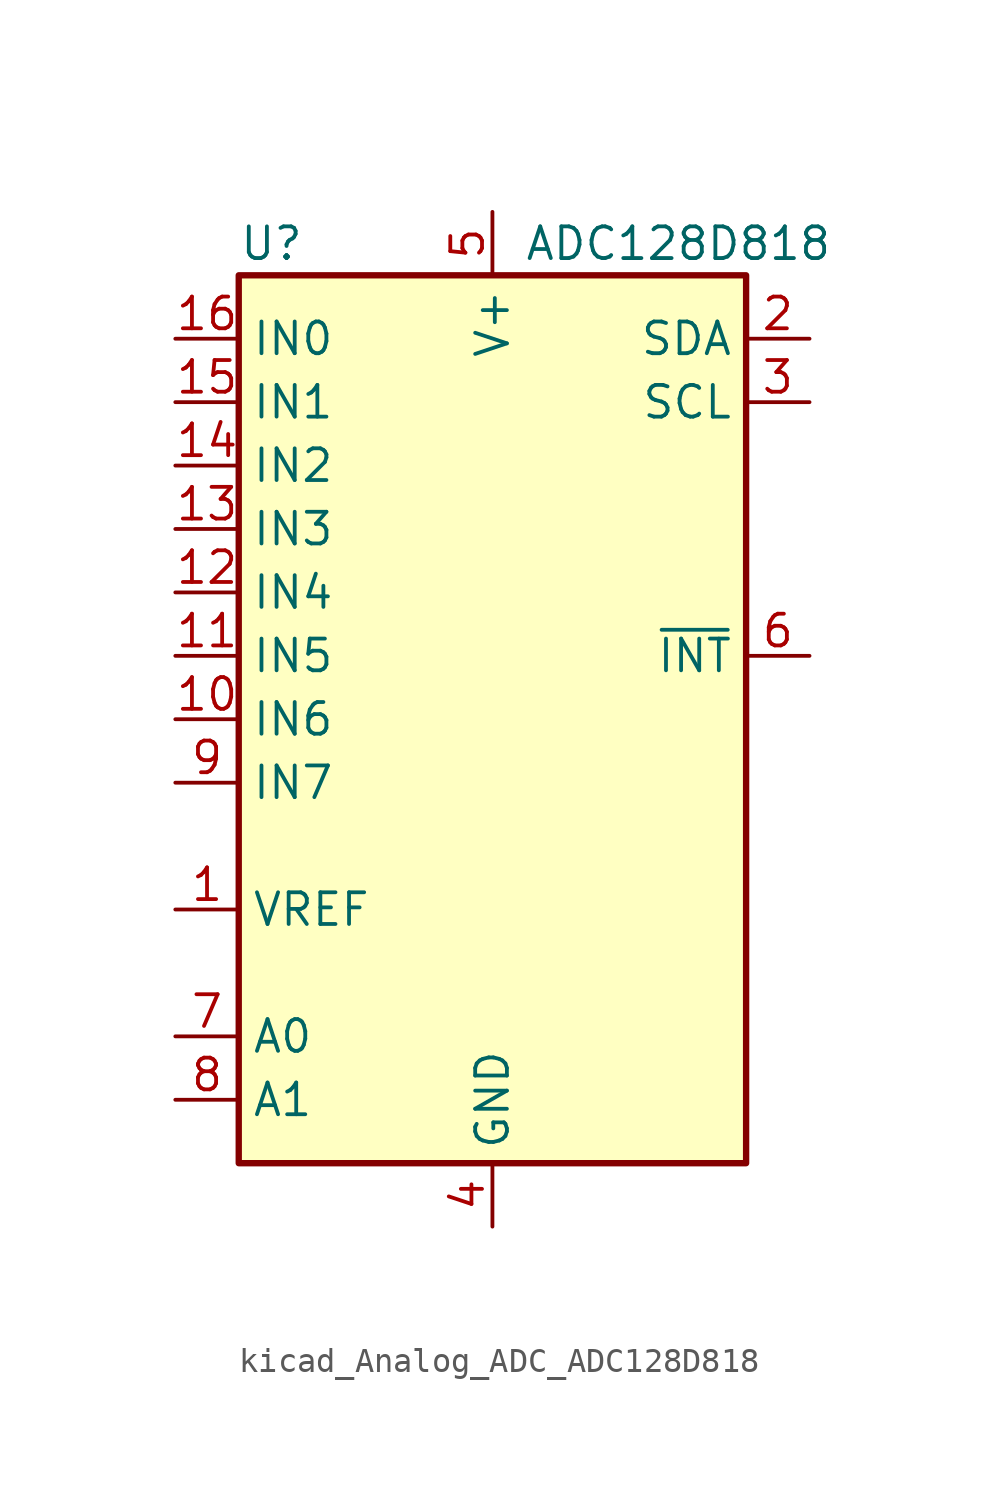
<source format=kicad_sym>
(kicad_symbol_lib
  (version 20220914)
  (generator kicad_symbol_editor)
  (symbol "kicad_Analog_ADC_ADC128D818"
    (property "Reference" "U"
      (at -10.16 19.05 0)
      (effects (font (size 1.27 1.27)) (justify left)))
    (property "Value" "ADC128D818"
      (at 1.27 19.05 0)
      (effects (font (size 1.27 1.27)) (justify left)))
    (symbol "kicad_Analog_ADC_ADC128D818_0_1"
      (rectangle (start -10.16 17.78) (end 10.16 -17.78) (stroke (width 0.254) (type default)) (fill (type background))))
    (symbol "kicad_Analog_ADC_ADC128D818_1_1"
      (pin input line (at -12.7 -7.62 0) (length 2.54) (name "VREF" (effects (font (size 1.27 1.27)))) (number "1" (effects (font (size 1.27 1.27)))))
      (pin input line (at -12.7 0 0) (length 2.54) (name "IN6" (effects (font (size 1.27 1.27)))) (number "10" (effects (font (size 1.27 1.27)))))
      (pin input line (at -12.7 2.54 0) (length 2.54) (name "IN5" (effects (font (size 1.27 1.27)))) (number "11" (effects (font (size 1.27 1.27)))))
      (pin input line (at -12.7 5.08 0) (length 2.54) (name "IN4" (effects (font (size 1.27 1.27)))) (number "12" (effects (font (size 1.27 1.27)))))
      (pin input line (at -12.7 7.62 0) (length 2.54) (name "IN3" (effects (font (size 1.27 1.27)))) (number "13" (effects (font (size 1.27 1.27)))))
      (pin input line (at -12.7 10.16 0) (length 2.54) (name "IN2" (effects (font (size 1.27 1.27)))) (number "14" (effects (font (size 1.27 1.27)))))
      (pin input line (at -12.7 12.7 0) (length 2.54) (name "IN1" (effects (font (size 1.27 1.27)))) (number "15" (effects (font (size 1.27 1.27)))))
      (pin input line (at -12.7 15.24 0) (length 2.54) (name "IN0" (effects (font (size 1.27 1.27)))) (number "16" (effects (font (size 1.27 1.27)))))
      (pin bidirectional line (at 12.7 15.24 180) (length 2.54) (name "SDA" (effects (font (size 1.27 1.27)))) (number "2" (effects (font (size 1.27 1.27)))))
      (pin input line (at 12.7 12.7 180) (length 2.54) (name "SCL" (effects (font (size 1.27 1.27)))) (number "3" (effects (font (size 1.27 1.27)))))
      (pin power_in line (at 0 -20.32 90) (length 2.54) (name "GND" (effects (font (size 1.27 1.27)))) (number "4" (effects (font (size 1.27 1.27)))))
      (pin power_in line (at 0 20.32 270) (length 2.54) (name "V+" (effects (font (size 1.27 1.27)))) (number "5" (effects (font (size 1.27 1.27)))))
      (pin output line (at 12.7 2.54 180) (length 2.54) (name "~{INT}" (effects (font (size 1.27 1.27)))) (number "6" (effects (font (size 1.27 1.27)))))
      (pin input line (at -12.7 -12.7 0) (length 2.54) (name "A0" (effects (font (size 1.27 1.27)))) (number "7" (effects (font (size 1.27 1.27)))))
      (pin input line (at -12.7 -15.24 0) (length 2.54) (name "A1" (effects (font (size 1.27 1.27)))) (number "8" (effects (font (size 1.27 1.27)))))
      (pin input line (at -12.7 -2.54 0) (length 2.54) (name "IN7" (effects (font (size 1.27 1.27)))) (number "9" (effects (font (size 1.27 1.27))))))))
</source>
